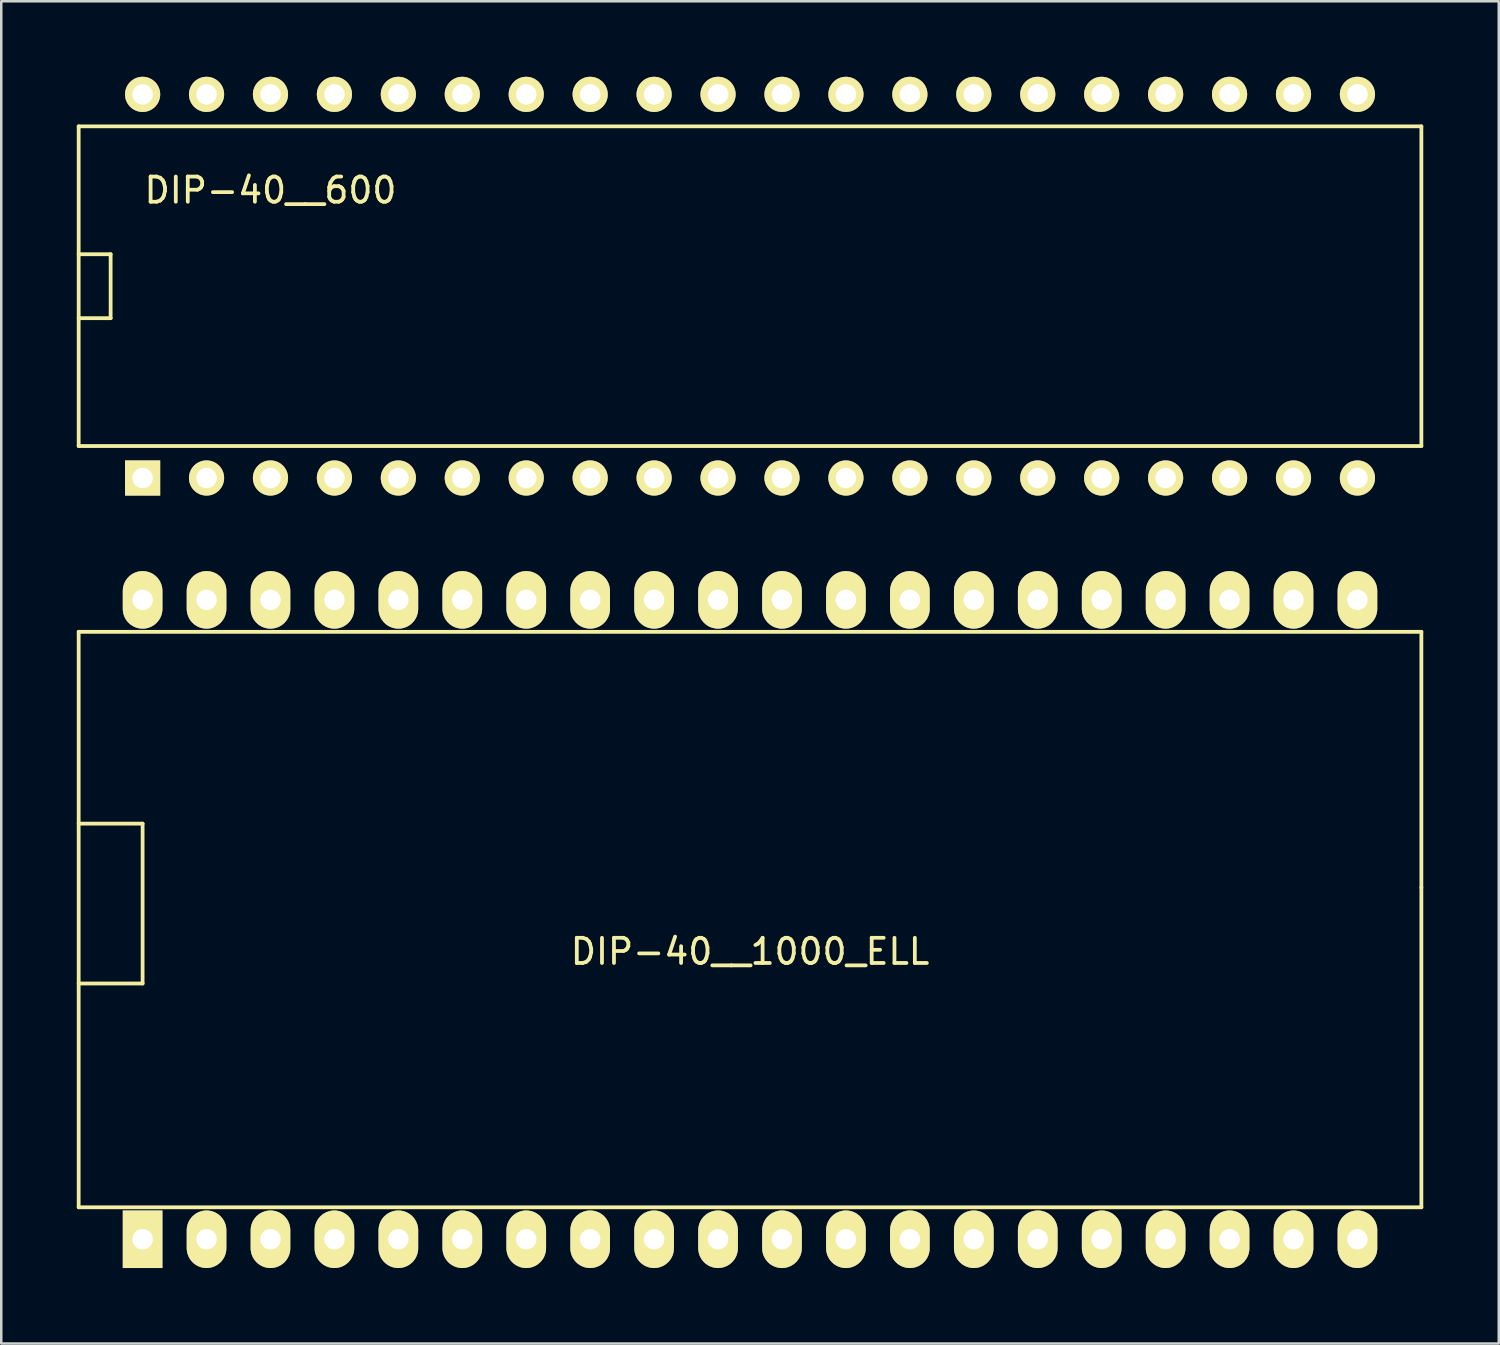
<source format=kicad_pcb>
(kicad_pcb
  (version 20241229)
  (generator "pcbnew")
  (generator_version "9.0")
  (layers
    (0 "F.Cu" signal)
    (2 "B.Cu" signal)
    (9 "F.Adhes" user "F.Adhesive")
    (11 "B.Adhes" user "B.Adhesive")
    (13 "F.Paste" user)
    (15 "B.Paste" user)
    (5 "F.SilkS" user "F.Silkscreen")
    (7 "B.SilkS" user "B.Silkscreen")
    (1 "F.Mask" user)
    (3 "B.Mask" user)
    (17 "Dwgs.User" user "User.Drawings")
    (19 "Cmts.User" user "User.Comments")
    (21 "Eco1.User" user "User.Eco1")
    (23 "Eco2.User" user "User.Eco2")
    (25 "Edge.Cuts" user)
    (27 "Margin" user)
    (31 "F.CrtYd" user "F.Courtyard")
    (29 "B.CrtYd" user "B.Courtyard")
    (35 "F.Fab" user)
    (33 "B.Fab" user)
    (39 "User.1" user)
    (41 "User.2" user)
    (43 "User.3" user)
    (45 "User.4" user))
  (footprint "DIP-40__600"
    (layer "F.Cu")
    (at 26.745 8.319)
    (property "Reference" "DIP-40__600" (at -19.05 -3.81 0) (layer "F.SilkS") (effects (font (size 1 1) (thickness 0.15))))
    (attr through_hole)
    (fp_line (start -26.67 -6.35) (end 26.67 -6.35) (stroke (width 0.15) (type solid)) (layer "F.SilkS"))
    (fp_line (start -26.67 -1.27) (end -25.4 -1.27) (stroke (width 0.15) (type solid)) (layer "F.SilkS"))
    (fp_line (start -26.67 6.35) (end -26.67 -6.35) (stroke (width 0.15) (type solid)) (layer "F.SilkS"))
    (fp_line (start -25.4 -1.27) (end -25.4 1.27) (stroke (width 0.15) (type solid)) (layer "F.SilkS"))
    (fp_line (start -25.4 1.27) (end -26.67 1.27) (stroke (width 0.15) (type solid)) (layer "F.SilkS"))
    (fp_line (start 26.67 -6.35) (end 26.67 6.35) (stroke (width 0.15) (type solid)) (layer "F.SilkS"))
    (fp_line (start 26.67 6.35) (end -26.67 6.35) (stroke (width 0.15) (type solid)) (layer "F.SilkS"))
    (pad "1" thru_hole rect (at -24.13 7.62) (size 1.397 1.397) (drill 0.813) (layers "*.Cu" "*.Mask" "F.SilkS"))
    (pad "2" thru_hole circle (at -21.59 7.62) (size 1.397 1.397) (drill 0.813) (layers "*.Cu" "*.Mask" "F.SilkS"))
    (pad "3" thru_hole circle (at -19.05 7.62) (size 1.397 1.397) (drill 0.813) (layers "*.Cu" "*.Mask" "F.SilkS"))
    (pad "4" thru_hole circle (at -16.51 7.62) (size 1.397 1.397) (drill 0.813) (layers "*.Cu" "*.Mask" "F.SilkS"))
    (pad "5" thru_hole circle (at -13.97 7.62) (size 1.397 1.397) (drill 0.813) (layers "*.Cu" "*.Mask" "F.SilkS"))
    (pad "6" thru_hole circle (at -11.43 7.62) (size 1.397 1.397) (drill 0.813) (layers "*.Cu" "*.Mask" "F.SilkS"))
    (pad "7" thru_hole circle (at -8.89 7.62) (size 1.397 1.397) (drill 0.813) (layers "*.Cu" "*.Mask" "F.SilkS"))
    (pad "8" thru_hole circle (at -6.35 7.62) (size 1.397 1.397) (drill 0.813) (layers "*.Cu" "*.Mask" "F.SilkS"))
    (pad "9" thru_hole circle (at -3.81 7.62) (size 1.397 1.397) (drill 0.813) (layers "*.Cu" "*.Mask" "F.SilkS"))
    (pad "10" thru_hole circle (at -1.27 7.62) (size 1.397 1.397) (drill 0.813) (layers "*.Cu" "*.Mask" "F.SilkS"))
    (pad "11" thru_hole circle (at 1.27 7.62) (size 1.397 1.397) (drill 0.813) (layers "*.Cu" "*.Mask" "F.SilkS"))
    (pad "12" thru_hole circle (at 3.81 7.62) (size 1.397 1.397) (drill 0.813) (layers "*.Cu" "*.Mask" "F.SilkS"))
    (pad "13" thru_hole circle (at 6.35 7.62) (size 1.397 1.397) (drill 0.813) (layers "*.Cu" "*.Mask" "F.SilkS"))
    (pad "14" thru_hole circle (at 8.89 7.62) (size 1.397 1.397) (drill 0.813) (layers "*.Cu" "*.Mask" "F.SilkS"))
    (pad "15" thru_hole circle (at 11.43 7.62) (size 1.397 1.397) (drill 0.813) (layers "*.Cu" "*.Mask" "F.SilkS"))
    (pad "16" thru_hole circle (at 13.97 7.62) (size 1.397 1.397) (drill 0.813) (layers "*.Cu" "*.Mask" "F.SilkS"))
    (pad "17" thru_hole circle (at 16.51 7.62) (size 1.397 1.397) (drill 0.813) (layers "*.Cu" "*.Mask" "F.SilkS"))
    (pad "18" thru_hole circle (at 19.05 7.62) (size 1.397 1.397) (drill 0.813) (layers "*.Cu" "*.Mask" "F.SilkS"))
    (pad "19" thru_hole circle (at 21.59 7.62) (size 1.397 1.397) (drill 0.813) (layers "*.Cu" "*.Mask" "F.SilkS"))
    (pad "20" thru_hole circle (at 24.13 7.62) (size 1.397 1.397) (drill 0.813) (layers "*.Cu" "*.Mask" "F.SilkS"))
    (pad "21" thru_hole circle (at 24.13 -7.62) (size 1.397 1.397) (drill 0.813) (layers "*.Cu" "*.Mask" "F.SilkS"))
    (pad "22" thru_hole circle (at 21.59 -7.62) (size 1.397 1.397) (drill 0.813) (layers "*.Cu" "*.Mask" "F.SilkS"))
    (pad "23" thru_hole circle (at 19.05 -7.62) (size 1.397 1.397) (drill 0.813) (layers "*.Cu" "*.Mask" "F.SilkS"))
    (pad "24" thru_hole circle (at 16.51 -7.62) (size 1.397 1.397) (drill 0.813) (layers "*.Cu" "*.Mask" "F.SilkS"))
    (pad "25" thru_hole circle (at 13.97 -7.62) (size 1.397 1.397) (drill 0.813) (layers "*.Cu" "*.Mask" "F.SilkS"))
    (pad "26" thru_hole circle (at 11.43 -7.62) (size 1.397 1.397) (drill 0.813) (layers "*.Cu" "*.Mask" "F.SilkS"))
    (pad "27" thru_hole circle (at 8.89 -7.62) (size 1.397 1.397) (drill 0.813) (layers "*.Cu" "*.Mask" "F.SilkS"))
    (pad "28" thru_hole circle (at 6.35 -7.62) (size 1.397 1.397) (drill 0.813) (layers "*.Cu" "*.Mask" "F.SilkS"))
    (pad "29" thru_hole circle (at 3.81 -7.62) (size 1.397 1.397) (drill 0.813) (layers "*.Cu" "*.Mask" "F.SilkS"))
    (pad "30" thru_hole circle (at 1.27 -7.62) (size 1.397 1.397) (drill 0.813) (layers "*.Cu" "*.Mask" "F.SilkS"))
    (pad "31" thru_hole circle (at -1.27 -7.62) (size 1.397 1.397) (drill 0.813) (layers "*.Cu" "*.Mask" "F.SilkS"))
    (pad "32" thru_hole circle (at -3.81 -7.62) (size 1.397 1.397) (drill 0.813) (layers "*.Cu" "*.Mask" "F.SilkS"))
    (pad "33" thru_hole circle (at -6.35 -7.62) (size 1.397 1.397) (drill 0.813) (layers "*.Cu" "*.Mask" "F.SilkS"))
    (pad "34" thru_hole circle (at -8.89 -7.62) (size 1.397 1.397) (drill 0.813) (layers "*.Cu" "*.Mask" "F.SilkS"))
    (pad "35" thru_hole circle (at -11.43 -7.62) (size 1.397 1.397) (drill 0.813) (layers "*.Cu" "*.Mask" "F.SilkS"))
    (pad "36" thru_hole circle (at -13.97 -7.62) (size 1.397 1.397) (drill 0.813) (layers "*.Cu" "*.Mask" "F.SilkS"))
    (pad "37" thru_hole circle (at -16.51 -7.62) (size 1.397 1.397) (drill 0.813) (layers "*.Cu" "*.Mask" "F.SilkS"))
    (pad "38" thru_hole circle (at -19.05 -7.62) (size 1.397 1.397) (drill 0.813) (layers "*.Cu" "*.Mask" "F.SilkS"))
    (pad "39" thru_hole circle (at -21.59 -7.62) (size 1.397 1.397) (drill 0.813) (layers "*.Cu" "*.Mask" "F.SilkS"))
    (pad "40" thru_hole circle (at -24.13 -7.62) (size 1.397 1.397) (drill 0.813) (layers "*.Cu" "*.Mask" "F.SilkS")))
  (footprint "DIP-40__1000_ELL"
    (layer "F.Cu")
    (at 26.745 33.48)
    (property "Reference" "DIP-40__1000_ELL" (at 0 1.27 0) (layer "F.SilkS") (effects (font (size 1 1) (thickness 0.15))))
    (attr through_hole)
    (fp_line (start -26.67 2.54) (end -24.13 2.54) (stroke (width 0.15) (type solid)) (layer "F.SilkS"))
    (fp_line (start -26.67 11.43) (end -26.67 -11.43) (stroke (width 0.15) (type solid)) (layer "F.SilkS"))
    (fp_line (start -24.13 -3.81) (end -26.67 -3.81) (stroke (width 0.15) (type solid)) (layer "F.SilkS"))
    (fp_line (start -24.13 2.54) (end -24.13 -3.81) (stroke (width 0.15) (type solid)) (layer "F.SilkS"))
    (fp_line (start 26.67 -11.43) (end -26.67 -11.43) (stroke (width 0.15) (type solid)) (layer "F.SilkS"))
    (fp_line (start 26.67 -1.27) (end 26.67 -11.43) (stroke (width 0.15) (type solid)) (layer "F.SilkS"))
    (fp_line (start 26.67 -1.27) (end 26.67 11.43) (stroke (width 0.15) (type solid)) (layer "F.SilkS"))
    (fp_line (start 26.67 11.43) (end -26.67 11.43) (stroke (width 0.15) (type solid)) (layer "F.SilkS"))
    (pad "1" thru_hole rect (at -24.13 12.7) (size 1.575 2.286) (drill 0.813) (layers "*.Cu" "*.Mask" "F.SilkS"))
    (pad "2" thru_hole oval (at -21.59 12.7) (size 1.575 2.286) (drill 0.813) (layers "*.Cu" "*.Mask" "F.SilkS"))
    (pad "3" thru_hole oval (at -19.05 12.7) (size 1.575 2.286) (drill 0.813) (layers "*.Cu" "*.Mask" "F.SilkS"))
    (pad "4" thru_hole oval (at -16.51 12.7) (size 1.575 2.286) (drill 0.813) (layers "*.Cu" "*.Mask" "F.SilkS"))
    (pad "5" thru_hole oval (at -13.97 12.7) (size 1.575 2.286) (drill 0.813) (layers "*.Cu" "*.Mask" "F.SilkS"))
    (pad "6" thru_hole oval (at -11.43 12.7) (size 1.575 2.286) (drill 0.813) (layers "*.Cu" "*.Mask" "F.SilkS"))
    (pad "7" thru_hole oval (at -8.89 12.7) (size 1.575 2.286) (drill 0.813) (layers "*.Cu" "*.Mask" "F.SilkS"))
    (pad "8" thru_hole oval (at -6.35 12.7) (size 1.575 2.286) (drill 0.813) (layers "*.Cu" "*.Mask" "F.SilkS"))
    (pad "9" thru_hole oval (at -3.81 12.7) (size 1.575 2.286) (drill 0.813) (layers "*.Cu" "*.Mask" "F.SilkS"))
    (pad "10" thru_hole oval (at -1.27 12.7) (size 1.575 2.286) (drill 0.813) (layers "*.Cu" "*.Mask" "F.SilkS"))
    (pad "11" thru_hole oval (at 1.27 12.7) (size 1.575 2.286) (drill 0.813) (layers "*.Cu" "*.Mask" "F.SilkS"))
    (pad "12" thru_hole oval (at 3.81 12.7) (size 1.575 2.286) (drill 0.813) (layers "*.Cu" "*.Mask" "F.SilkS"))
    (pad "13" thru_hole oval (at 6.35 12.7) (size 1.575 2.286) (drill 0.813) (layers "*.Cu" "*.Mask" "F.SilkS"))
    (pad "14" thru_hole oval (at 8.89 12.7) (size 1.575 2.286) (drill 0.813) (layers "*.Cu" "*.Mask" "F.SilkS"))
    (pad "15" thru_hole oval (at 11.43 12.7) (size 1.575 2.286) (drill 0.813) (layers "*.Cu" "*.Mask" "F.SilkS"))
    (pad "16" thru_hole oval (at 13.97 12.7) (size 1.575 2.286) (drill 0.813) (layers "*.Cu" "*.Mask" "F.SilkS"))
    (pad "17" thru_hole oval (at 16.51 12.7) (size 1.575 2.286) (drill 0.813) (layers "*.Cu" "*.Mask" "F.SilkS"))
    (pad "18" thru_hole oval (at 19.05 12.7) (size 1.575 2.286) (drill 0.813) (layers "*.Cu" "*.Mask" "F.SilkS"))
    (pad "19" thru_hole oval (at 21.59 12.7) (size 1.575 2.286) (drill 0.813) (layers "*.Cu" "*.Mask" "F.SilkS"))
    (pad "20" thru_hole oval (at 24.13 12.7) (size 1.575 2.286) (drill 0.813) (layers "*.Cu" "*.Mask" "F.SilkS"))
    (pad "21" thru_hole oval (at 24.13 -12.7) (size 1.575 2.286) (drill 0.813) (layers "*.Cu" "*.Mask" "F.SilkS"))
    (pad "22" thru_hole oval (at 21.59 -12.7) (size 1.575 2.286) (drill 0.813) (layers "*.Cu" "*.Mask" "F.SilkS"))
    (pad "23" thru_hole oval (at 19.05 -12.7) (size 1.575 2.286) (drill 0.813) (layers "*.Cu" "*.Mask" "F.SilkS"))
    (pad "24" thru_hole oval (at 16.51 -12.7) (size 1.575 2.286) (drill 0.813) (layers "*.Cu" "*.Mask" "F.SilkS"))
    (pad "25" thru_hole oval (at 13.97 -12.7) (size 1.575 2.286) (drill 0.813) (layers "*.Cu" "*.Mask" "F.SilkS"))
    (pad "26" thru_hole oval (at 11.43 -12.7) (size 1.575 2.286) (drill 0.813) (layers "*.Cu" "*.Mask" "F.SilkS"))
    (pad "27" thru_hole oval (at 8.89 -12.7) (size 1.575 2.286) (drill 0.813) (layers "*.Cu" "*.Mask" "F.SilkS"))
    (pad "28" thru_hole oval (at 6.35 -12.7) (size 1.575 2.286) (drill 0.813) (layers "*.Cu" "*.Mask" "F.SilkS"))
    (pad "29" thru_hole oval (at 3.81 -12.7) (size 1.575 2.286) (drill 0.813) (layers "*.Cu" "*.Mask" "F.SilkS"))
    (pad "30" thru_hole oval (at 1.27 -12.7) (size 1.575 2.286) (drill 0.813) (layers "*.Cu" "*.Mask" "F.SilkS"))
    (pad "31" thru_hole oval (at -1.27 -12.7) (size 1.575 2.286) (drill 0.813) (layers "*.Cu" "*.Mask" "F.SilkS"))
    (pad "32" thru_hole oval (at -3.81 -12.7) (size 1.575 2.286) (drill 0.813) (layers "*.Cu" "*.Mask" "F.SilkS"))
    (pad "33" thru_hole oval (at -6.35 -12.7) (size 1.575 2.286) (drill 0.813) (layers "*.Cu" "*.Mask" "F.SilkS"))
    (pad "34" thru_hole oval (at -8.89 -12.7) (size 1.575 2.286) (drill 0.813) (layers "*.Cu" "*.Mask" "F.SilkS"))
    (pad "35" thru_hole oval (at -11.43 -12.7) (size 1.575 2.286) (drill 0.813) (layers "*.Cu" "*.Mask" "F.SilkS"))
    (pad "36" thru_hole oval (at -13.97 -12.7) (size 1.575 2.286) (drill 0.813) (layers "*.Cu" "*.Mask" "F.SilkS"))
    (pad "37" thru_hole oval (at -16.51 -12.7) (size 1.575 2.286) (drill 0.813) (layers "*.Cu" "*.Mask" "F.SilkS"))
    (pad "38" thru_hole oval (at -19.05 -12.7) (size 1.575 2.286) (drill 0.813) (layers "*.Cu" "*.Mask" "F.SilkS"))
    (pad "39" thru_hole oval (at -21.59 -12.7) (size 1.575 2.286) (drill 0.813) (layers "*.Cu" "*.Mask" "F.SilkS"))
    (pad "40" thru_hole oval (at -24.13 -12.7) (size 1.575 2.286) (drill 0.813) (layers "*.Cu" "*.Mask" "F.SilkS")))
  (gr_rect
    (start -3 -3)
    (end 56.49 50.323)
    (stroke (width 0.1) (type default))
    (fill no)
    (layer "Edge.Cuts")))
</source>
